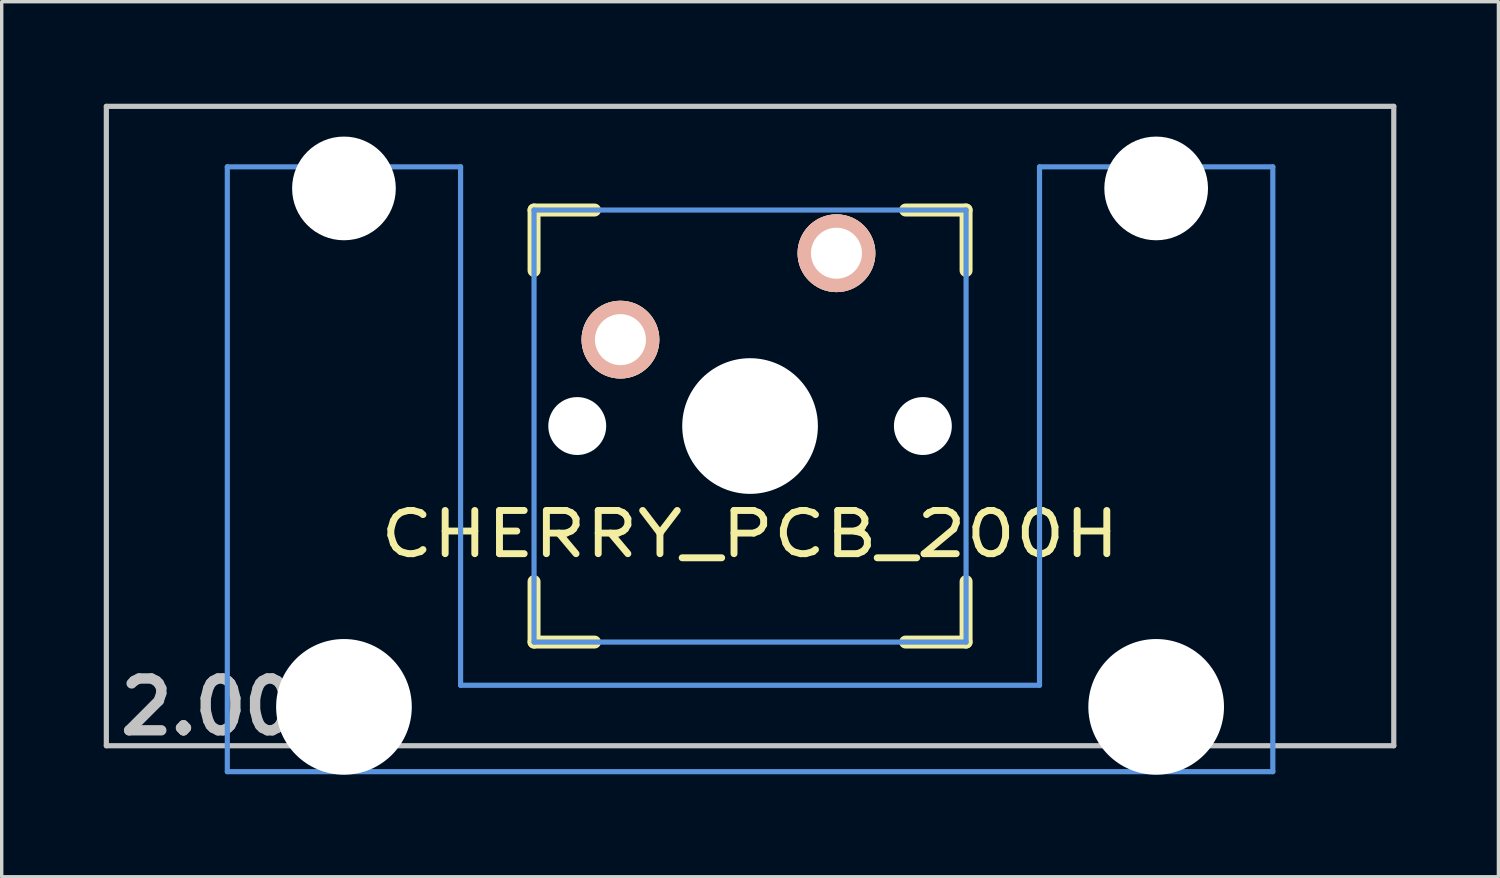
<source format=kicad_pcb>
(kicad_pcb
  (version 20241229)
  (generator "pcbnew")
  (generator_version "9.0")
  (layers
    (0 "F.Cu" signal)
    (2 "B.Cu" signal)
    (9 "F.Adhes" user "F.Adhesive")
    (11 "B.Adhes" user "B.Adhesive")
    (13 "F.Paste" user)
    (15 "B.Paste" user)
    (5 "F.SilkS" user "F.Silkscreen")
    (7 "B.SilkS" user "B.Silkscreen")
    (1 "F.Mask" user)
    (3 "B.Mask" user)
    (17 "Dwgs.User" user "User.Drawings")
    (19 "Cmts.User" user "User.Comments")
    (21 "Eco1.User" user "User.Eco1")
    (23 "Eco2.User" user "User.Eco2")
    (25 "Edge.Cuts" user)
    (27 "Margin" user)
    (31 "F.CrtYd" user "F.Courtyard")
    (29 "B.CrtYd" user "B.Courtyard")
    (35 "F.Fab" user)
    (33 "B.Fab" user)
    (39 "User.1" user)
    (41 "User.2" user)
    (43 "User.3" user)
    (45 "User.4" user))
  (footprint "CHERRY_PCB_200H"
    (layer "F.Cu")
    (at 18.999 9.474)
    (property "Reference" "CHERRY_PCB_200H" (at 0 3.175 0) (layer "F.SilkS") (effects (font (size 1.27 1.524) (thickness 0.203))))
    (attr through_hole)
    (fp_line (start -6.35 -6.35) (end -4.572 -6.35) (stroke (width 0.381) (type solid)) (layer "F.SilkS"))
    (fp_line (start -6.35 -4.572) (end -6.35 -6.35) (stroke (width 0.381) (type solid)) (layer "F.SilkS"))
    (fp_line (start -6.35 6.35) (end -6.35 4.572) (stroke (width 0.381) (type solid)) (layer "F.SilkS"))
    (fp_line (start -4.572 6.35) (end -6.35 6.35) (stroke (width 0.381) (type solid)) (layer "F.SilkS"))
    (fp_line (start 4.572 -6.35) (end 6.35 -6.35) (stroke (width 0.381) (type solid)) (layer "F.SilkS"))
    (fp_line (start 6.35 -6.35) (end 6.35 -4.572) (stroke (width 0.381) (type solid)) (layer "F.SilkS"))
    (fp_line (start 6.35 4.572) (end 6.35 6.35) (stroke (width 0.381) (type solid)) (layer "F.SilkS"))
    (fp_line (start 6.35 6.35) (end 4.572 6.35) (stroke (width 0.381) (type solid)) (layer "F.SilkS"))
    (fp_line (start -18.923 -9.398) (end 18.923 -9.398) (stroke (width 0.152) (type solid)) (layer "Dwgs.User"))
    (fp_line (start -18.923 9.398) (end -18.923 -9.398) (stroke (width 0.152) (type solid)) (layer "Dwgs.User"))
    (fp_line (start 18.923 -9.398) (end 18.923 9.398) (stroke (width 0.152) (type solid)) (layer "Dwgs.User"))
    (fp_line (start 18.923 9.398) (end -18.923 9.398) (stroke (width 0.152) (type solid)) (layer "Dwgs.User"))
    (fp_line (start -15.367 -7.62) (end -15.367 10.16) (stroke (width 0.152) (type solid)) (layer "Cmts.User"))
    (fp_line (start -15.367 10.16) (end 15.367 10.16) (stroke (width 0.152) (type solid)) (layer "Cmts.User"))
    (fp_line (start -8.509 -7.62) (end -15.367 -7.62) (stroke (width 0.152) (type solid)) (layer "Cmts.User"))
    (fp_line (start -8.509 7.62) (end -8.509 -7.62) (stroke (width 0.152) (type solid)) (layer "Cmts.User"))
    (fp_line (start -6.35 -6.35) (end 6.35 -6.35) (stroke (width 0.152) (type solid)) (layer "Cmts.User"))
    (fp_line (start -6.35 6.35) (end -6.35 -6.35) (stroke (width 0.152) (type solid)) (layer "Cmts.User"))
    (fp_line (start 6.35 -6.35) (end 6.35 6.35) (stroke (width 0.152) (type solid)) (layer "Cmts.User"))
    (fp_line (start 6.35 6.35) (end -6.35 6.35) (stroke (width 0.152) (type solid)) (layer "Cmts.User"))
    (fp_line (start 8.509 -7.62) (end 8.509 7.62) (stroke (width 0.152) (type solid)) (layer "Cmts.User"))
    (fp_line (start 8.509 7.62) (end -8.509 7.62) (stroke (width 0.152) (type solid)) (layer "Cmts.User"))
    (fp_line (start 15.367 -7.62) (end 8.509 -7.62) (stroke (width 0.152) (type solid)) (layer "Cmts.User"))
    (fp_line (start 15.367 10.16) (end 15.367 -7.62) (stroke (width 0.152) (type solid)) (layer "Cmts.User"))
    (fp_line (start -16.129 -2.286) (end -15.265 -2.286) (stroke (width 0.152) (type solid)) (layer "Eco2.User"))
    (fp_line (start -16.129 0.508) (end -16.129 -2.286) (stroke (width 0.152) (type solid)) (layer "Eco2.User"))
    (fp_line (start -15.265 -5.69) (end -8.611 -5.69) (stroke (width 0.152) (type solid)) (layer "Eco2.User"))
    (fp_line (start -15.265 -2.286) (end -15.265 -5.69) (stroke (width 0.152) (type solid)) (layer "Eco2.User"))
    (fp_line (start -15.265 0.508) (end -16.129 0.508) (stroke (width 0.152) (type solid)) (layer "Eco2.User"))
    (fp_line (start -15.265 6.604) (end -15.265 0.508) (stroke (width 0.152) (type solid)) (layer "Eco2.User"))
    (fp_line (start -14.224 6.604) (end -15.265 6.604) (stroke (width 0.152) (type solid)) (layer "Eco2.User"))
    (fp_line (start -14.224 7.772) (end -14.224 6.604) (stroke (width 0.152) (type solid)) (layer "Eco2.User"))
    (fp_line (start -9.652 6.604) (end -9.652 7.772) (stroke (width 0.152) (type solid)) (layer "Eco2.User"))
    (fp_line (start -9.652 7.772) (end -14.224 7.772) (stroke (width 0.152) (type solid)) (layer "Eco2.User"))
    (fp_line (start -8.611 -5.69) (end -8.611 -4.877) (stroke (width 0.152) (type solid)) (layer "Eco2.User"))
    (fp_line (start -8.611 -4.877) (end -6.985 -4.877) (stroke (width 0.152) (type solid)) (layer "Eco2.User"))
    (fp_line (start -8.611 5.817) (end -8.611 6.604) (stroke (width 0.152) (type solid)) (layer "Eco2.User"))
    (fp_line (start -8.611 6.604) (end -9.652 6.604) (stroke (width 0.152) (type solid)) (layer "Eco2.User"))
    (fp_line (start -6.985 -6.985) (end 6.985 -6.985) (stroke (width 0.152) (type solid)) (layer "Eco2.User"))
    (fp_line (start -6.985 -4.877) (end -6.985 -6.985) (stroke (width 0.152) (type solid)) (layer "Eco2.User"))
    (fp_line (start -6.985 5.817) (end -8.611 5.817) (stroke (width 0.152) (type solid)) (layer "Eco2.User"))
    (fp_line (start -6.985 6.985) (end -6.985 5.817) (stroke (width 0.152) (type solid)) (layer "Eco2.User"))
    (fp_line (start 6.985 -6.985) (end 6.985 -4.877) (stroke (width 0.152) (type solid)) (layer "Eco2.User"))
    (fp_line (start 6.985 -4.877) (end 8.611 -4.877) (stroke (width 0.152) (type solid)) (layer "Eco2.User"))
    (fp_line (start 6.985 5.817) (end 6.985 6.985) (stroke (width 0.152) (type solid)) (layer "Eco2.User"))
    (fp_line (start 6.985 6.985) (end -6.985 6.985) (stroke (width 0.152) (type solid)) (layer "Eco2.User"))
    (fp_line (start 8.611 -5.69) (end 15.265 -5.69) (stroke (width 0.152) (type solid)) (layer "Eco2.User"))
    (fp_line (start 8.611 -4.877) (end 8.611 -5.69) (stroke (width 0.152) (type solid)) (layer "Eco2.User"))
    (fp_line (start 8.611 5.817) (end 6.985 5.817) (stroke (width 0.152) (type solid)) (layer "Eco2.User"))
    (fp_line (start 8.611 6.604) (end 8.611 5.817) (stroke (width 0.152) (type solid)) (layer "Eco2.User"))
    (fp_line (start 9.652 6.604) (end 8.611 6.604) (stroke (width 0.152) (type solid)) (layer "Eco2.User"))
    (fp_line (start 9.652 7.772) (end 9.652 6.604) (stroke (width 0.152) (type solid)) (layer "Eco2.User"))
    (fp_line (start 14.224 6.604) (end 14.224 7.772) (stroke (width 0.152) (type solid)) (layer "Eco2.User"))
    (fp_line (start 14.224 7.772) (end 9.652 7.772) (stroke (width 0.152) (type solid)) (layer "Eco2.User"))
    (fp_line (start 15.265 -5.69) (end 15.265 -2.286) (stroke (width 0.152) (type solid)) (layer "Eco2.User"))
    (fp_line (start 15.265 -2.286) (end 16.129 -2.286) (stroke (width 0.152) (type solid)) (layer "Eco2.User"))
    (fp_line (start 15.265 0.508) (end 15.265 6.604) (stroke (width 0.152) (type solid)) (layer "Eco2.User"))
    (fp_line (start 15.265 6.604) (end 14.224 6.604) (stroke (width 0.152) (type solid)) (layer "Eco2.User"))
    (fp_line (start 16.129 -2.286) (end 16.129 0.508) (stroke (width 0.152) (type solid)) (layer "Eco2.User"))
    (fp_line (start 16.129 0.508) (end 15.265 0.508) (stroke (width 0.152) (type solid)) (layer "Eco2.User"))
    (fp_text user "2.00u" (at -15.24 8.255 0) (layer "Dwgs.User") (effects (font (size 1.524 1.524) (thickness 0.305))))
    (pad "" np_thru_hole circle (at -11.938 -6.985) (size 3.048 3.048) (drill 3.048) (layers "*.Cu"))
    (pad "" np_thru_hole circle (at -11.938 8.255) (size 3.988 3.988) (drill 3.988) (layers "*.Cu"))
    (pad "" np_thru_hole circle (at -5.08 0) (size 1.702 1.702) (drill 1.702) (layers "*.Cu"))
    (pad "" np_thru_hole circle (at 0 0) (size 3.988 3.988) (drill 3.988) (layers "*.Cu"))
    (pad "" np_thru_hole circle (at 5.08 0) (size 1.702 1.702) (drill 1.702) (layers "*.Cu"))
    (pad "" np_thru_hole circle (at 11.938 -6.985) (size 3.048 3.048) (drill 3.048) (layers "*.Cu"))
    (pad "" np_thru_hole circle (at 11.938 8.255) (size 3.988 3.988) (drill 3.988) (layers "*.Cu"))
    (pad "1" thru_hole circle (at 2.54 -5.08) (size 2.286 2.286) (drill 1.499) (layers "*.Cu" "*.SilkS" "*.Mask"))
    (pad "2" thru_hole circle (at -3.81 -2.54) (size 2.286 2.286) (drill 1.499) (layers "*.Cu" "*.SilkS" "*.Mask")))
  (gr_rect
    (start -3 -3)
    (end 40.998 22.723)
    (stroke (width 0.1) (type default))
    (fill no)
    (layer "Edge.Cuts")))
</source>
